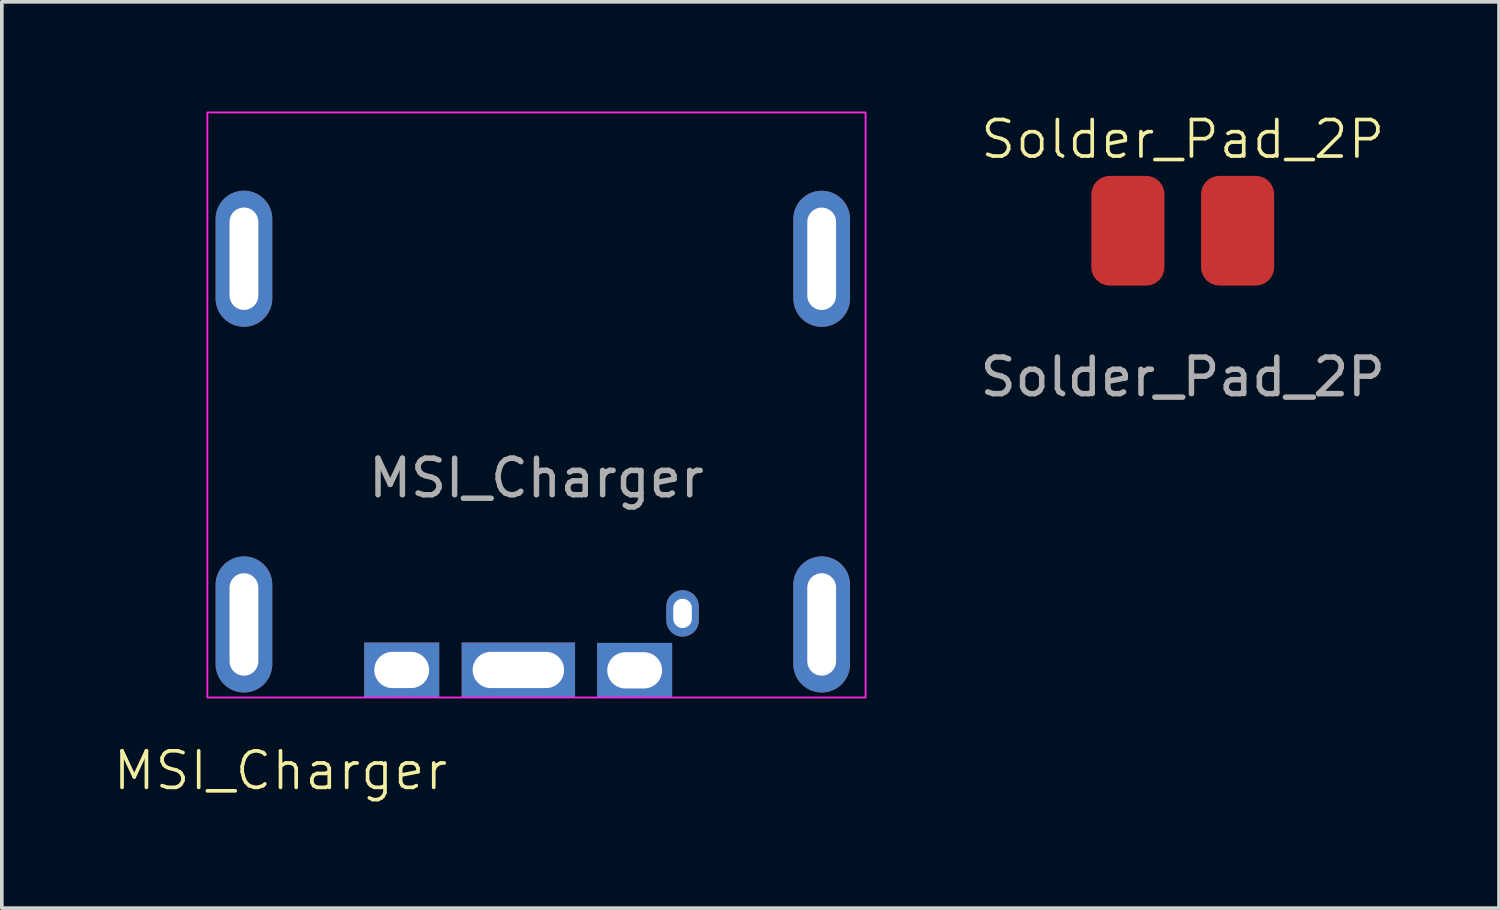
<source format=kicad_pcb>
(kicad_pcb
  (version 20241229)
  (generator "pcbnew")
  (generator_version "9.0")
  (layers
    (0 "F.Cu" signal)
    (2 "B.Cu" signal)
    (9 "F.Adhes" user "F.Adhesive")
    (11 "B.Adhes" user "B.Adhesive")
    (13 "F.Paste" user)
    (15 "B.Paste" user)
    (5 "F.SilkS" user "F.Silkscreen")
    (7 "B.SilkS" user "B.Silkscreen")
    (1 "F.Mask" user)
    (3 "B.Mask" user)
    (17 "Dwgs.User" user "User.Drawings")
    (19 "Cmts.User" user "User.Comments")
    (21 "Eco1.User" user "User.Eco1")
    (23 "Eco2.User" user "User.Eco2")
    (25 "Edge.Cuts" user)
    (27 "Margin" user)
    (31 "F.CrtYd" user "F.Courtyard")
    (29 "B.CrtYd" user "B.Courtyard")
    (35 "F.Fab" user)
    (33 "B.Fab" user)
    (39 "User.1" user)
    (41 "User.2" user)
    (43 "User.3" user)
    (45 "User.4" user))
  (footprint "Solder_Pad_2P"
    (layer "F.Cu")
    (at 29.295 3.26)
    (property "Reference" "Solder_Pad_2P" (at 0 -2.5 0) (unlocked yes) (layer "F.SilkS") (effects (font (size 1 1) (thickness 0.1))))
    (attr smd)
    (fp_text user "${REFERENCE}" (at 0 4 0) (unlocked yes) (layer "F.Fab") (effects (font (size 1 1) (thickness 0.15))))
    (pad "1" smd roundrect (at -1.5 0 270) (size 3 2) (layers "F.Cu" "F.Mask" "F.Paste") (roundrect_rratio 0.25))
    (pad "2" smd roundrect (at 1.5 0 270) (size 3 2) (layers "F.Cu" "F.Mask" "F.Paste") (roundrect_rratio 0.25)))
  (footprint "MSI_Charger"
    (layer "F.Cu")
    (at 3.621 4.025)
    (property "Reference" "MSI_Charger" (at 1 14 0) (unlocked yes) (layer "F.SilkS") (effects (font (size 1 1) (thickness 0.1))))
    (attr through_hole)
    (fp_poly (pts (xy 5.401 12.05) (xy 3.242 12.05) (xy 3.242 10.45) (xy 5.401 10.45)) (stroke (width 0) (type solid)) (fill yes) (layer "F.Mask"))
    (fp_poly (pts (xy 9.102 12.05) (xy 5.901 12.05) (xy 5.901 10.45) (xy 9.102 10.45)) (stroke (width 0) (type solid)) (fill yes) (layer "F.Mask"))
    (fp_poly (pts (xy 11.761 12.05) (xy 9.602 12.05) (xy 9.602 10.45) (xy 11.761 10.45)) (stroke (width 0) (type solid)) (fill yes) (layer "F.Mask"))
    (fp_poly (pts (xy 0.082 -1.882) (xy 0.162 -1.87) (xy 0.241 -1.85) (xy 0.317 -1.823) (xy 0.39 -1.788) (xy 0.46 -1.747) (xy 0.525 -1.699) (xy 0.585 -1.644) (xy 0.639 -1.584) (xy 0.687 -1.519) (xy 0.729 -1.45) (xy 0.764 -1.376) (xy 0.791 -1.3) (xy 0.811 -1.222) (xy 0.822 -1.141) (xy 0.826 -1.06) (xy 0.826 0) (xy 0.826 1.06) (xy 0.822 1.141) (xy 0.811 1.222) (xy 0.791 1.3) (xy 0.764 1.376) (xy 0.729 1.45) (xy 0.687 1.519) (xy 0.639 1.584) (xy 0.585 1.644) (xy 0.525 1.699) (xy 0.46 1.747) (xy 0.39 1.788) (xy 0.317 1.823) (xy 0.241 1.85) (xy 0.162 1.87) (xy 0.082 1.882) (xy 0.001 1.886) (xy -0.08 1.882) (xy -0.16 1.87) (xy -0.239 1.85) (xy -0.315 1.823) (xy -0.388 1.788) (xy -0.458 1.747) (xy -0.523 1.699) (xy -0.583 1.644) (xy -0.637 1.584) (xy -0.685 1.519) (xy -0.727 1.45) (xy -0.762 1.376) (xy -0.789 1.3) (xy -0.809 1.222) (xy -0.821 1.141) (xy -0.825 1.06) (xy -0.825 -1.06) (xy -0.821 -1.141) (xy -0.809 -1.222) (xy -0.789 -1.3) (xy -0.762 -1.376) (xy -0.727 -1.45) (xy -0.685 -1.519) (xy -0.637 -1.584) (xy -0.583 -1.644) (xy -0.523 -1.699) (xy -0.458 -1.747) (xy -0.388 -1.788) (xy -0.315 -1.823) (xy -0.239 -1.85) (xy -0.16 -1.87) (xy -0.08 -1.882) (xy 0.001 -1.886)) (stroke (width 0) (type solid)) (fill yes) (layer "F.Mask"))
    (fp_poly (pts (xy 0.082 8.118) (xy 0.162 8.13) (xy 0.241 8.15) (xy 0.317 8.177) (xy 0.39 8.211) (xy 0.46 8.253) (xy 0.525 8.301) (xy 0.585 8.356) (xy 0.639 8.416) (xy 0.687 8.481) (xy 0.729 8.55) (xy 0.764 8.624) (xy 0.791 8.7) (xy 0.811 8.778) (xy 0.822 8.859) (xy 0.826 8.94) (xy 0.826 10) (xy 0.826 11.06) (xy 0.822 11.141) (xy 0.811 11.221) (xy 0.791 11.3) (xy 0.764 11.376) (xy 0.729 11.45) (xy 0.687 11.519) (xy 0.639 11.584) (xy 0.585 11.644) (xy 0.525 11.699) (xy 0.46 11.747) (xy 0.39 11.788) (xy 0.317 11.823) (xy 0.241 11.85) (xy 0.162 11.87) (xy 0.082 11.882) (xy 0.001 11.886) (xy -0.08 11.882) (xy -0.16 11.87) (xy -0.239 11.85) (xy -0.315 11.823) (xy -0.388 11.788) (xy -0.458 11.747) (xy -0.523 11.699) (xy -0.583 11.644) (xy -0.637 11.584) (xy -0.685 11.519) (xy -0.727 11.45) (xy -0.762 11.376) (xy -0.789 11.3) (xy -0.809 11.221) (xy -0.821 11.141) (xy -0.825 11.06) (xy -0.825 8.94) (xy -0.821 8.859) (xy -0.809 8.778) (xy -0.789 8.7) (xy -0.762 8.624) (xy -0.727 8.55) (xy -0.685 8.481) (xy -0.637 8.416) (xy -0.583 8.356) (xy -0.523 8.301) (xy -0.458 8.253) (xy -0.388 8.211) (xy -0.315 8.177) (xy -0.239 8.15) (xy -0.16 8.13) (xy -0.08 8.118) (xy 0.001 8.114)) (stroke (width 0) (type solid)) (fill yes) (layer "F.Mask"))
    (fp_poly (pts (xy 12.046 9.017) (xy 12.092 9.023) (xy 12.136 9.035) (xy 12.18 9.05) (xy 12.221 9.07) (xy 12.261 9.094) (xy 12.298 9.121) (xy 12.332 9.152) (xy 12.363 9.186) (xy 12.391 9.223) (xy 12.414 9.263) (xy 12.434 9.305) (xy 12.45 9.348) (xy 12.461 9.393) (xy 12.467 9.438) (xy 12.47 9.484) (xy 12.47 9.7) (xy 12.47 9.916) (xy 12.467 9.962) (xy 12.461 10.008) (xy 12.45 10.053) (xy 12.434 10.096) (xy 12.414 10.138) (xy 12.391 10.177) (xy 12.363 10.214) (xy 12.332 10.248) (xy 12.298 10.279) (xy 12.261 10.307) (xy 12.221 10.331) (xy 12.18 10.35) (xy 12.136 10.366) (xy 12.092 10.377) (xy 12.046 10.384) (xy 12 10.386) (xy 11.954 10.384) (xy 11.908 10.377) (xy 11.863 10.366) (xy 11.82 10.35) (xy 11.778 10.331) (xy 11.739 10.307) (xy 11.702 10.279) (xy 11.668 10.248) (xy 11.637 10.214) (xy 11.609 10.177) (xy 11.585 10.138) (xy 11.566 10.096) (xy 11.55 10.053) (xy 11.539 10.008) (xy 11.532 9.962) (xy 11.53 9.916) (xy 11.53 9.484) (xy 11.532 9.438) (xy 11.539 9.393) (xy 11.55 9.348) (xy 11.566 9.305) (xy 11.585 9.263) (xy 11.609 9.223) (xy 11.637 9.186) (xy 11.668 9.152) (xy 11.702 9.121) (xy 11.739 9.094) (xy 11.778 9.07) (xy 11.82 9.05) (xy 11.863 9.035) (xy 11.908 9.023) (xy 11.954 9.017) (xy 12 9.014)) (stroke (width 0) (type solid)) (fill yes) (layer "F.Mask"))
    (fp_poly (pts (xy 15.881 -1.882) (xy 15.961 -1.87) (xy 16.039 -1.85) (xy 16.116 -1.823) (xy 16.189 -1.788) (xy 16.258 -1.747) (xy 16.323 -1.699) (xy 16.383 -1.644) (xy 16.438 -1.584) (xy 16.486 -1.519) (xy 16.528 -1.45) (xy 16.562 -1.376) (xy 16.59 -1.3) (xy 16.609 -1.222) (xy 16.621 -1.141) (xy 16.625 -1.06) (xy 16.625 0) (xy 16.625 1.06) (xy 16.621 1.141) (xy 16.609 1.222) (xy 16.59 1.3) (xy 16.562 1.376) (xy 16.528 1.45) (xy 16.486 1.519) (xy 16.438 1.584) (xy 16.383 1.644) (xy 16.323 1.699) (xy 16.258 1.747) (xy 16.189 1.788) (xy 16.116 1.823) (xy 16.039 1.85) (xy 15.961 1.87) (xy 15.881 1.882) (xy 15.8 1.886) (xy 15.719 1.882) (xy 15.639 1.87) (xy 15.56 1.85) (xy 15.484 1.823) (xy 15.411 1.788) (xy 15.341 1.747) (xy 15.276 1.699) (xy 15.216 1.644) (xy 15.162 1.584) (xy 15.113 1.519) (xy 15.072 1.45) (xy 15.037 1.376) (xy 15.01 1.3) (xy 14.99 1.222) (xy 14.978 1.141) (xy 14.974 1.06) (xy 14.974 -1.06) (xy 14.978 -1.141) (xy 14.99 -1.222) (xy 15.01 -1.3) (xy 15.037 -1.376) (xy 15.072 -1.45) (xy 15.113 -1.519) (xy 15.162 -1.584) (xy 15.216 -1.644) (xy 15.276 -1.699) (xy 15.341 -1.747) (xy 15.411 -1.788) (xy 15.484 -1.823) (xy 15.56 -1.85) (xy 15.639 -1.87) (xy 15.719 -1.882) (xy 15.8 -1.886)) (stroke (width 0) (type solid)) (fill yes) (layer "F.Mask"))
    (fp_poly (pts (xy 15.881 8.118) (xy 15.961 8.13) (xy 16.039 8.15) (xy 16.116 8.177) (xy 16.189 8.211) (xy 16.258 8.253) (xy 16.323 8.301) (xy 16.383 8.356) (xy 16.438 8.416) (xy 16.486 8.481) (xy 16.528 8.55) (xy 16.562 8.624) (xy 16.59 8.7) (xy 16.609 8.778) (xy 16.621 8.859) (xy 16.625 8.94) (xy 16.625 10) (xy 16.625 11.06) (xy 16.621 11.141) (xy 16.609 11.221) (xy 16.59 11.3) (xy 16.562 11.376) (xy 16.528 11.45) (xy 16.486 11.519) (xy 16.438 11.584) (xy 16.383 11.644) (xy 16.323 11.699) (xy 16.258 11.747) (xy 16.189 11.788) (xy 16.116 11.823) (xy 16.039 11.85) (xy 15.961 11.87) (xy 15.881 11.882) (xy 15.8 11.886) (xy 15.719 11.882) (xy 15.639 11.87) (xy 15.56 11.85) (xy 15.484 11.823) (xy 15.411 11.788) (xy 15.341 11.747) (xy 15.276 11.699) (xy 15.216 11.644) (xy 15.162 11.584) (xy 15.113 11.519) (xy 15.072 11.45) (xy 15.037 11.376) (xy 15.01 11.3) (xy 14.99 11.221) (xy 14.978 11.141) (xy 14.974 11.06) (xy 14.974 8.94) (xy 14.978 8.859) (xy 14.99 8.778) (xy 15.01 8.7) (xy 15.037 8.624) (xy 15.072 8.55) (xy 15.113 8.481) (xy 15.162 8.416) (xy 15.216 8.356) (xy 15.276 8.301) (xy 15.341 8.253) (xy 15.411 8.211) (xy 15.484 8.177) (xy 15.56 8.15) (xy 15.639 8.13) (xy 15.719 8.118) (xy 15.8 8.114)) (stroke (width 0) (type solid)) (fill yes) (layer "F.Mask"))
    (fp_poly (pts (xy 5.401 12.05) (xy 3.242 12.05) (xy 3.242 10.45) (xy 5.401 10.45)) (stroke (width 0) (type solid)) (fill yes) (layer "B.Mask"))
    (fp_poly (pts (xy 9.102 12.05) (xy 5.901 12.05) (xy 5.901 10.45) (xy 9.102 10.45)) (stroke (width 0) (type solid)) (fill yes) (layer "B.Mask"))
    (fp_poly (pts (xy 11.761 12.05) (xy 9.602 12.05) (xy 9.602 10.45) (xy 11.761 10.45)) (stroke (width 0) (type solid)) (fill yes) (layer "B.Mask"))
    (fp_poly (pts (xy 0.082 -1.882) (xy 0.162 -1.87) (xy 0.241 -1.85) (xy 0.317 -1.823) (xy 0.39 -1.788) (xy 0.46 -1.747) (xy 0.525 -1.699) (xy 0.585 -1.644) (xy 0.639 -1.584) (xy 0.687 -1.519) (xy 0.729 -1.45) (xy 0.764 -1.376) (xy 0.791 -1.3) (xy 0.811 -1.222) (xy 0.822 -1.141) (xy 0.826 -1.06) (xy 0.826 0) (xy 0.826 1.06) (xy 0.822 1.141) (xy 0.811 1.222) (xy 0.791 1.3) (xy 0.764 1.376) (xy 0.729 1.45) (xy 0.687 1.519) (xy 0.639 1.584) (xy 0.585 1.644) (xy 0.525 1.699) (xy 0.46 1.747) (xy 0.39 1.788) (xy 0.317 1.823) (xy 0.241 1.85) (xy 0.162 1.87) (xy 0.082 1.882) (xy 0.001 1.886) (xy -0.08 1.882) (xy -0.16 1.87) (xy -0.239 1.85) (xy -0.315 1.823) (xy -0.388 1.788) (xy -0.458 1.747) (xy -0.523 1.699) (xy -0.583 1.644) (xy -0.637 1.584) (xy -0.685 1.519) (xy -0.727 1.45) (xy -0.762 1.376) (xy -0.789 1.3) (xy -0.809 1.222) (xy -0.821 1.141) (xy -0.825 1.06) (xy -0.825 -1.06) (xy -0.821 -1.141) (xy -0.809 -1.222) (xy -0.789 -1.3) (xy -0.762 -1.376) (xy -0.727 -1.45) (xy -0.685 -1.519) (xy -0.637 -1.584) (xy -0.583 -1.644) (xy -0.523 -1.699) (xy -0.458 -1.747) (xy -0.388 -1.788) (xy -0.315 -1.823) (xy -0.239 -1.85) (xy -0.16 -1.87) (xy -0.08 -1.882) (xy 0.001 -1.886)) (stroke (width 0) (type solid)) (fill yes) (layer "B.Mask"))
    (fp_poly (pts (xy 0.082 8.118) (xy 0.162 8.13) (xy 0.241 8.15) (xy 0.317 8.177) (xy 0.39 8.211) (xy 0.46 8.253) (xy 0.525 8.301) (xy 0.585 8.356) (xy 0.639 8.416) (xy 0.687 8.481) (xy 0.729 8.55) (xy 0.764 8.624) (xy 0.791 8.7) (xy 0.811 8.778) (xy 0.822 8.859) (xy 0.826 8.94) (xy 0.826 10) (xy 0.826 11.06) (xy 0.822 11.141) (xy 0.811 11.221) (xy 0.791 11.3) (xy 0.764 11.376) (xy 0.729 11.45) (xy 0.687 11.519) (xy 0.639 11.584) (xy 0.585 11.644) (xy 0.525 11.699) (xy 0.46 11.747) (xy 0.39 11.788) (xy 0.317 11.823) (xy 0.241 11.85) (xy 0.162 11.87) (xy 0.082 11.882) (xy 0.001 11.886) (xy -0.08 11.882) (xy -0.16 11.87) (xy -0.239 11.85) (xy -0.315 11.823) (xy -0.388 11.788) (xy -0.458 11.747) (xy -0.523 11.699) (xy -0.583 11.644) (xy -0.637 11.584) (xy -0.685 11.519) (xy -0.727 11.45) (xy -0.762 11.376) (xy -0.789 11.3) (xy -0.809 11.221) (xy -0.821 11.141) (xy -0.825 11.06) (xy -0.825 8.94) (xy -0.821 8.859) (xy -0.809 8.778) (xy -0.789 8.7) (xy -0.762 8.624) (xy -0.727 8.55) (xy -0.685 8.481) (xy -0.637 8.416) (xy -0.583 8.356) (xy -0.523 8.301) (xy -0.458 8.253) (xy -0.388 8.211) (xy -0.315 8.177) (xy -0.239 8.15) (xy -0.16 8.13) (xy -0.08 8.118) (xy 0.001 8.114)) (stroke (width 0) (type solid)) (fill yes) (layer "B.Mask"))
    (fp_poly (pts (xy 12.046 9.017) (xy 12.092 9.023) (xy 12.136 9.035) (xy 12.18 9.05) (xy 12.221 9.07) (xy 12.261 9.094) (xy 12.298 9.121) (xy 12.332 9.152) (xy 12.363 9.186) (xy 12.391 9.223) (xy 12.414 9.263) (xy 12.434 9.305) (xy 12.45 9.348) (xy 12.461 9.393) (xy 12.467 9.438) (xy 12.47 9.484) (xy 12.47 9.7) (xy 12.47 9.916) (xy 12.467 9.962) (xy 12.461 10.008) (xy 12.45 10.053) (xy 12.434 10.096) (xy 12.414 10.138) (xy 12.391 10.177) (xy 12.363 10.214) (xy 12.332 10.248) (xy 12.298 10.279) (xy 12.261 10.307) (xy 12.221 10.331) (xy 12.18 10.35) (xy 12.136 10.366) (xy 12.092 10.377) (xy 12.046 10.384) (xy 12 10.386) (xy 11.954 10.384) (xy 11.908 10.377) (xy 11.863 10.366) (xy 11.82 10.35) (xy 11.778 10.331) (xy 11.739 10.307) (xy 11.702 10.279) (xy 11.668 10.248) (xy 11.637 10.214) (xy 11.609 10.177) (xy 11.585 10.138) (xy 11.566 10.096) (xy 11.55 10.053) (xy 11.539 10.008) (xy 11.532 9.962) (xy 11.53 9.916) (xy 11.53 9.484) (xy 11.532 9.438) (xy 11.539 9.393) (xy 11.55 9.348) (xy 11.566 9.305) (xy 11.585 9.263) (xy 11.609 9.223) (xy 11.637 9.186) (xy 11.668 9.152) (xy 11.702 9.121) (xy 11.739 9.094) (xy 11.778 9.07) (xy 11.82 9.05) (xy 11.863 9.035) (xy 11.908 9.023) (xy 11.954 9.017) (xy 12 9.014)) (stroke (width 0) (type solid)) (fill yes) (layer "B.Mask"))
    (fp_poly (pts (xy 15.881 -1.882) (xy 15.961 -1.87) (xy 16.039 -1.85) (xy 16.116 -1.823) (xy 16.189 -1.788) (xy 16.258 -1.747) (xy 16.323 -1.699) (xy 16.383 -1.644) (xy 16.438 -1.584) (xy 16.486 -1.519) (xy 16.528 -1.45) (xy 16.562 -1.376) (xy 16.59 -1.3) (xy 16.609 -1.222) (xy 16.621 -1.141) (xy 16.625 -1.06) (xy 16.625 0) (xy 16.625 1.06) (xy 16.621 1.141) (xy 16.609 1.222) (xy 16.59 1.3) (xy 16.562 1.376) (xy 16.528 1.45) (xy 16.486 1.519) (xy 16.438 1.584) (xy 16.383 1.644) (xy 16.323 1.699) (xy 16.258 1.747) (xy 16.189 1.788) (xy 16.116 1.823) (xy 16.039 1.85) (xy 15.961 1.87) (xy 15.881 1.882) (xy 15.8 1.886) (xy 15.719 1.882) (xy 15.639 1.87) (xy 15.56 1.85) (xy 15.484 1.823) (xy 15.411 1.788) (xy 15.341 1.747) (xy 15.276 1.699) (xy 15.216 1.644) (xy 15.162 1.584) (xy 15.113 1.519) (xy 15.072 1.45) (xy 15.037 1.376) (xy 15.01 1.3) (xy 14.99 1.222) (xy 14.978 1.141) (xy 14.974 1.06) (xy 14.974 -1.06) (xy 14.978 -1.141) (xy 14.99 -1.222) (xy 15.01 -1.3) (xy 15.037 -1.376) (xy 15.072 -1.45) (xy 15.113 -1.519) (xy 15.162 -1.584) (xy 15.216 -1.644) (xy 15.276 -1.699) (xy 15.341 -1.747) (xy 15.411 -1.788) (xy 15.484 -1.823) (xy 15.56 -1.85) (xy 15.639 -1.87) (xy 15.719 -1.882) (xy 15.8 -1.886)) (stroke (width 0) (type solid)) (fill yes) (layer "B.Mask"))
    (fp_poly (pts (xy 15.881 8.118) (xy 15.961 8.13) (xy 16.039 8.15) (xy 16.116 8.177) (xy 16.189 8.211) (xy 16.258 8.253) (xy 16.323 8.301) (xy 16.383 8.356) (xy 16.438 8.416) (xy 16.486 8.481) (xy 16.528 8.55) (xy 16.562 8.624) (xy 16.59 8.7) (xy 16.609 8.778) (xy 16.621 8.859) (xy 16.625 8.94) (xy 16.625 10) (xy 16.625 11.06) (xy 16.621 11.141) (xy 16.609 11.221) (xy 16.59 11.3) (xy 16.562 11.376) (xy 16.528 11.45) (xy 16.486 11.519) (xy 16.438 11.584) (xy 16.383 11.644) (xy 16.323 11.699) (xy 16.258 11.747) (xy 16.189 11.788) (xy 16.116 11.823) (xy 16.039 11.85) (xy 15.961 11.87) (xy 15.881 11.882) (xy 15.8 11.886) (xy 15.719 11.882) (xy 15.639 11.87) (xy 15.56 11.85) (xy 15.484 11.823) (xy 15.411 11.788) (xy 15.341 11.747) (xy 15.276 11.699) (xy 15.216 11.644) (xy 15.162 11.584) (xy 15.113 11.519) (xy 15.072 11.45) (xy 15.037 11.376) (xy 15.01 11.3) (xy 14.99 11.221) (xy 14.978 11.141) (xy 14.974 11.06) (xy 14.974 8.94) (xy 14.978 8.859) (xy 14.99 8.778) (xy 15.01 8.7) (xy 15.037 8.624) (xy 15.072 8.55) (xy 15.113 8.481) (xy 15.162 8.416) (xy 15.216 8.356) (xy 15.276 8.301) (xy 15.341 8.253) (xy 15.411 8.211) (xy 15.484 8.177) (xy 15.56 8.15) (xy 15.639 8.13) (xy 15.719 8.118) (xy 15.8 8.114)) (stroke (width 0) (type solid)) (fill yes) (layer "B.Mask"))
    (fp_poly (pts (xy 5.35 11.999) (xy 3.293 11.999) (xy 3.293 10.5) (xy 5.35 10.5)) (stroke (width 0) (type solid)) (fill yes) (layer "F.Paste"))
    (fp_poly (pts (xy 9.051 11.999) (xy 5.952 11.999) (xy 5.952 10.5) (xy 9.051 10.5)) (stroke (width 0) (type solid)) (fill yes) (layer "F.Paste"))
    (fp_poly (pts (xy 11.71 11.999) (xy 9.653 11.999) (xy 9.653 10.5) (xy 11.71 10.5)) (stroke (width 0) (type solid)) (fill yes) (layer "F.Paste"))
    (fp_poly (pts (xy 0.077 -1.857) (xy 0.152 -1.846) (xy 0.226 -1.827) (xy 0.297 -1.802) (xy 0.366 -1.769) (xy 0.431 -1.73) (xy 0.492 -1.685) (xy 0.549 -1.634) (xy 0.6 -1.577) (xy 0.645 -1.516) (xy 0.684 -1.451) (xy 0.717 -1.382) (xy 0.742 -1.311) (xy 0.761 -1.237) (xy 0.772 -1.162) (xy 0.776 -1.086) (xy 0.776 0) (xy 0.776 1.086) (xy 0.772 1.162) (xy 0.761 1.237) (xy 0.742 1.311) (xy 0.717 1.382) (xy 0.684 1.451) (xy 0.645 1.516) (xy 0.6 1.577) (xy 0.549 1.634) (xy 0.492 1.685) (xy 0.431 1.73) (xy 0.366 1.769) (xy 0.297 1.802) (xy 0.226 1.827) (xy 0.152 1.846) (xy 0.077 1.857) (xy 0.001 1.861) (xy -0.075 1.857) (xy -0.15 1.846) (xy -0.224 1.827) (xy -0.296 1.802) (xy -0.364 1.769) (xy -0.429 1.73) (xy -0.491 1.685) (xy -0.547 1.634) (xy -0.598 1.577) (xy -0.643 1.516) (xy -0.682 1.451) (xy -0.715 1.382) (xy -0.74 1.311) (xy -0.759 1.237) (xy -0.77 1.162) (xy -0.774 1.086) (xy -0.774 -1.086) (xy -0.77 -1.162) (xy -0.759 -1.237) (xy -0.74 -1.311) (xy -0.715 -1.382) (xy -0.682 -1.451) (xy -0.643 -1.516) (xy -0.598 -1.577) (xy -0.547 -1.634) (xy -0.491 -1.685) (xy -0.429 -1.73) (xy -0.364 -1.769) (xy -0.296 -1.802) (xy -0.224 -1.827) (xy -0.15 -1.846) (xy -0.075 -1.857) (xy 0.001 -1.861)) (stroke (width 0) (type solid)) (fill yes) (layer "F.Paste"))
    (fp_poly (pts (xy 0.077 8.143) (xy 0.152 8.154) (xy 0.226 8.173) (xy 0.297 8.198) (xy 0.366 8.231) (xy 0.431 8.27) (xy 0.492 8.315) (xy 0.549 8.366) (xy 0.6 8.423) (xy 0.645 8.484) (xy 0.684 8.549) (xy 0.717 8.618) (xy 0.742 8.689) (xy 0.761 8.763) (xy 0.772 8.838) (xy 0.776 8.914) (xy 0.776 10) (xy 0.776 11.086) (xy 0.772 11.162) (xy 0.761 11.237) (xy 0.742 11.311) (xy 0.717 11.382) (xy 0.684 11.451) (xy 0.645 11.516) (xy 0.6 11.577) (xy 0.549 11.634) (xy 0.492 11.685) (xy 0.431 11.73) (xy 0.366 11.769) (xy 0.297 11.802) (xy 0.226 11.827) (xy 0.152 11.846) (xy 0.077 11.857) (xy 0.001 11.861) (xy -0.075 11.857) (xy -0.15 11.846) (xy -0.224 11.827) (xy -0.296 11.802) (xy -0.364 11.769) (xy -0.429 11.73) (xy -0.491 11.685) (xy -0.547 11.634) (xy -0.598 11.577) (xy -0.643 11.516) (xy -0.682 11.451) (xy -0.715 11.382) (xy -0.74 11.311) (xy -0.759 11.237) (xy -0.77 11.162) (xy -0.774 11.086) (xy -0.774 8.914) (xy -0.77 8.838) (xy -0.759 8.763) (xy -0.74 8.689) (xy -0.715 8.618) (xy -0.682 8.549) (xy -0.643 8.484) (xy -0.598 8.423) (xy -0.547 8.366) (xy -0.491 8.315) (xy -0.429 8.27) (xy -0.364 8.231) (xy -0.296 8.198) (xy -0.224 8.173) (xy -0.15 8.154) (xy -0.075 8.143) (xy 0.001 8.139)) (stroke (width 0) (type solid)) (fill yes) (layer "F.Paste"))
    (fp_poly (pts (xy 12.043 9.067) (xy 12.087 9.074) (xy 12.129 9.084) (xy 12.17 9.099) (xy 12.209 9.118) (xy 12.247 9.14) (xy 12.282 9.166) (xy 12.314 9.195) (xy 12.343 9.228) (xy 12.369 9.263) (xy 12.392 9.3) (xy 12.411 9.34) (xy 12.425 9.381) (xy 12.436 9.423) (xy 12.442 9.466) (xy 12.444 9.51) (xy 12.444 9.7) (xy 12.444 9.891) (xy 12.442 9.934) (xy 12.436 9.977) (xy 12.425 10.02) (xy 12.411 10.061) (xy 12.392 10.1) (xy 12.369 10.138) (xy 12.343 10.173) (xy 12.314 10.205) (xy 12.282 10.234) (xy 12.247 10.26) (xy 12.209 10.283) (xy 12.17 10.301) (xy 12.129 10.316) (xy 12.087 10.327) (xy 12.043 10.333) (xy 12 10.335) (xy 11.956 10.333) (xy 11.913 10.327) (xy 11.871 10.316) (xy 11.83 10.301) (xy 11.79 10.283) (xy 11.753 10.26) (xy 11.718 10.234) (xy 11.686 10.205) (xy 11.656 10.173) (xy 11.63 10.138) (xy 11.608 10.1) (xy 11.589 10.061) (xy 11.575 10.02) (xy 11.564 9.977) (xy 11.557 9.934) (xy 11.555 9.891) (xy 11.555 9.51) (xy 11.557 9.466) (xy 11.564 9.423) (xy 11.575 9.381) (xy 11.589 9.34) (xy 11.608 9.3) (xy 11.63 9.263) (xy 11.656 9.228) (xy 11.686 9.195) (xy 11.718 9.166) (xy 11.753 9.14) (xy 11.79 9.118) (xy 11.83 9.099) (xy 11.871 9.084) (xy 11.913 9.074) (xy 11.956 9.067) (xy 12 9.065)) (stroke (width 0) (type solid)) (fill yes) (layer "F.Paste"))
    (fp_poly (pts (xy 15.876 -1.857) (xy 15.951 -1.846) (xy 16.025 -1.827) (xy 16.096 -1.802) (xy 16.165 -1.769) (xy 16.23 -1.73) (xy 16.291 -1.685) (xy 16.348 -1.634) (xy 16.399 -1.577) (xy 16.444 -1.516) (xy 16.483 -1.451) (xy 16.515 -1.382) (xy 16.541 -1.311) (xy 16.56 -1.237) (xy 16.571 -1.162) (xy 16.574 -1.086) (xy 16.574 0) (xy 16.574 1.086) (xy 16.571 1.162) (xy 16.56 1.237) (xy 16.541 1.311) (xy 16.515 1.382) (xy 16.483 1.451) (xy 16.444 1.516) (xy 16.399 1.577) (xy 16.348 1.634) (xy 16.291 1.685) (xy 16.23 1.73) (xy 16.165 1.769) (xy 16.096 1.802) (xy 16.025 1.827) (xy 15.951 1.846) (xy 15.876 1.857) (xy 15.8 1.861) (xy 15.724 1.857) (xy 15.649 1.846) (xy 15.575 1.827) (xy 15.503 1.802) (xy 15.435 1.769) (xy 15.369 1.73) (xy 15.308 1.685) (xy 15.252 1.634) (xy 15.201 1.577) (xy 15.156 1.516) (xy 15.116 1.451) (xy 15.084 1.382) (xy 15.058 1.311) (xy 15.04 1.237) (xy 15.029 1.162) (xy 15.025 1.086) (xy 15.025 -1.086) (xy 15.029 -1.162) (xy 15.04 -1.237) (xy 15.058 -1.311) (xy 15.084 -1.382) (xy 15.116 -1.451) (xy 15.156 -1.516) (xy 15.201 -1.577) (xy 15.252 -1.634) (xy 15.308 -1.685) (xy 15.369 -1.73) (xy 15.435 -1.769) (xy 15.503 -1.802) (xy 15.575 -1.827) (xy 15.649 -1.846) (xy 15.724 -1.857) (xy 15.8 -1.861)) (stroke (width 0) (type solid)) (fill yes) (layer "F.Paste"))
    (fp_poly (pts (xy 15.876 8.143) (xy 15.951 8.154) (xy 16.025 8.173) (xy 16.096 8.198) (xy 16.165 8.231) (xy 16.23 8.27) (xy 16.291 8.315) (xy 16.348 8.366) (xy 16.399 8.423) (xy 16.444 8.484) (xy 16.483 8.549) (xy 16.515 8.618) (xy 16.541 8.689) (xy 16.56 8.763) (xy 16.571 8.838) (xy 16.574 8.914) (xy 16.574 10) (xy 16.574 11.086) (xy 16.571 11.162) (xy 16.56 11.237) (xy 16.541 11.311) (xy 16.515 11.382) (xy 16.483 11.451) (xy 16.444 11.516) (xy 16.399 11.577) (xy 16.348 11.634) (xy 16.291 11.685) (xy 16.23 11.73) (xy 16.165 11.769) (xy 16.096 11.802) (xy 16.025 11.827) (xy 15.951 11.846) (xy 15.876 11.857) (xy 15.8 11.861) (xy 15.724 11.857) (xy 15.649 11.846) (xy 15.575 11.827) (xy 15.503 11.802) (xy 15.435 11.769) (xy 15.369 11.73) (xy 15.308 11.685) (xy 15.252 11.634) (xy 15.201 11.577) (xy 15.156 11.516) (xy 15.116 11.451) (xy 15.084 11.382) (xy 15.058 11.311) (xy 15.04 11.237) (xy 15.029 11.162) (xy 15.025 11.086) (xy 15.025 8.914) (xy 15.029 8.838) (xy 15.04 8.763) (xy 15.058 8.689) (xy 15.084 8.618) (xy 15.116 8.549) (xy 15.156 8.484) (xy 15.201 8.423) (xy 15.252 8.366) (xy 15.308 8.315) (xy 15.369 8.27) (xy 15.435 8.231) (xy 15.503 8.198) (xy 15.575 8.173) (xy 15.649 8.154) (xy 15.724 8.143) (xy 15.8 8.139)) (stroke (width 0) (type solid)) (fill yes) (layer "F.Paste"))
    (fp_line (start 0.8 -3.56) (end 15 -3.56) (stroke (width 0.1) (type default)) (layer "Margin"))
    (fp_line (start 0.8 9) (end 0.8 -3.56) (stroke (width 0.1) (type default)) (layer "Margin"))
    (fp_line (start 0.8 9) (end 15 9) (stroke (width 0.1) (type default)) (layer "Margin"))
    (fp_line (start 15 9) (end 15 -3.56) (stroke (width 0.1) (type default)) (layer "Margin"))
    (fp_rect (start -1 -4) (end 17 12) (stroke (width 0.05) (type default)) (fill no) (layer "F.CrtYd"))
    (fp_text user "${REFERENCE}" (at 8 6 0) (unlocked yes) (layer "F.Fab") (effects (font (size 1 1) (thickness 0.15))))
    (pad "1" thru_hole rect (at 4.315 11.247 90) (size 1.5 2.05) (drill oval 0.991 1.5) (layers "*.Cu"))
    (pad "2" thru_hole rect (at 7.505 11.247 90) (size 1.5 3.1) (drill oval 0.991 2.5) (layers "*.Cu"))
    (pad "3" thru_hole rect (at 10.685 11.257 90) (size 1.5 2.05) (drill oval 0.991 1.5) (layers "*.Cu"))
    (pad "4" thru_hole oval (at 11.995 9.7 90) (size 1.27 0.889) (drill oval 0.8 0.508) (layers "*.Cu"))
    (pad "SH" thru_hole oval (at 0 0 90) (size 3.721 1.55) (drill oval 2.8 0.787) (layers "*.Cu"))
    (pad "SH" thru_hole oval (at 0 10.002 90) (size 3.721 1.55) (drill oval 2.8 0.787) (layers "*.Cu"))
    (pad "SH" thru_hole oval (at 15.8 0.002 90) (size 3.721 1.55) (drill oval 2.8 0.787) (layers "*.Cu"))
    (pad "SH" thru_hole oval (at 15.8 10.002 90) (size 3.721 1.55) (drill oval 2.8 0.787) (layers "*.Cu")))
  (gr_rect
    (start -3 -3)
    (end 37.944 21.785)
    (stroke (width 0.1) (type default))
    (fill no)
    (layer "Edge.Cuts")))
</source>
